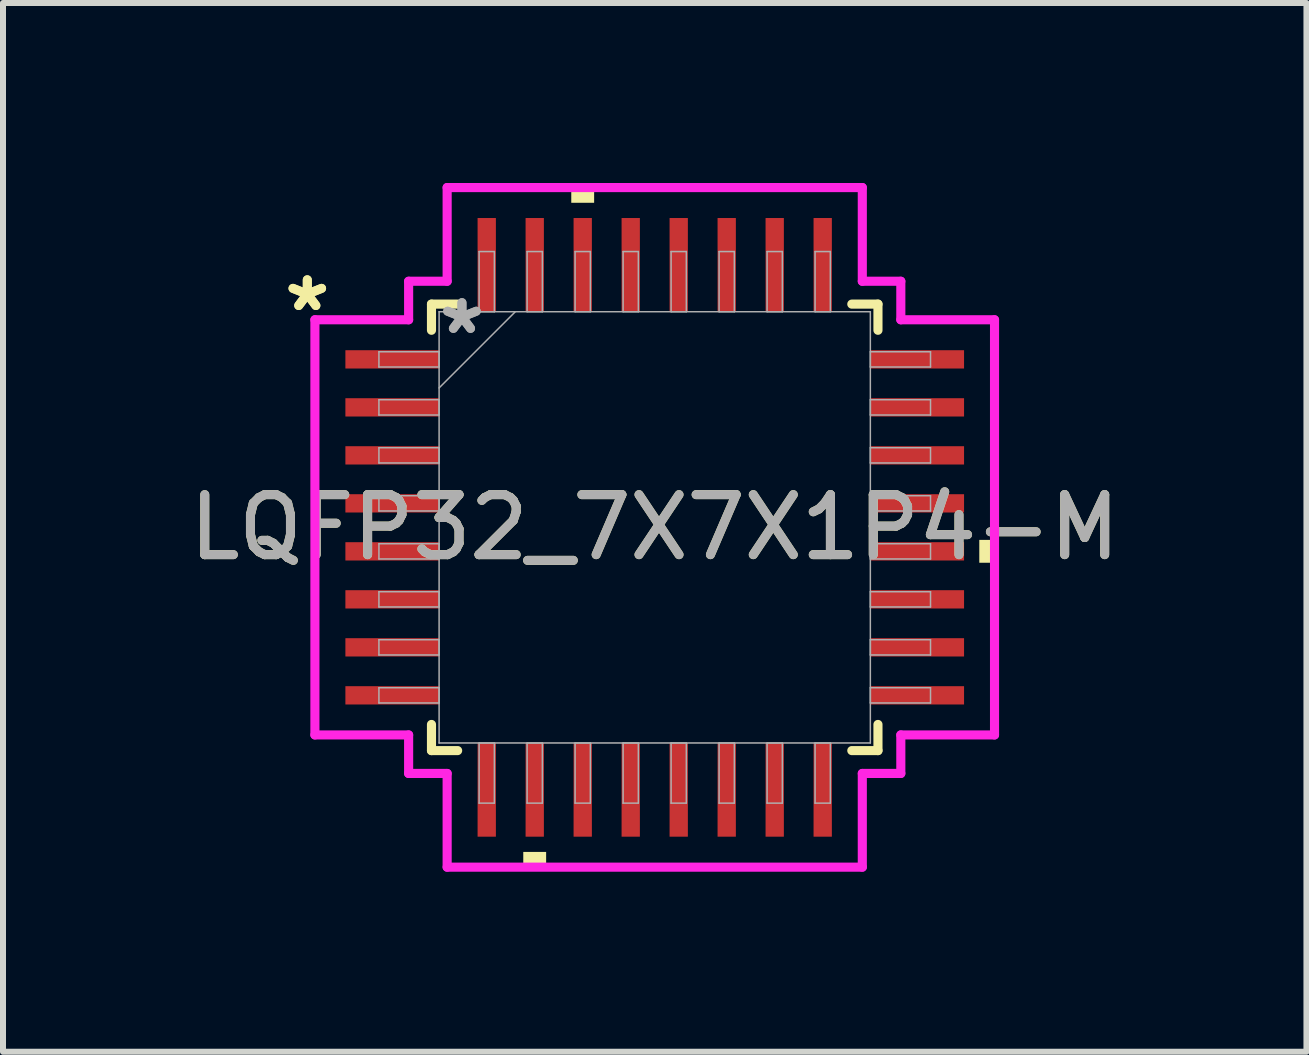
<source format=kicad_pcb>
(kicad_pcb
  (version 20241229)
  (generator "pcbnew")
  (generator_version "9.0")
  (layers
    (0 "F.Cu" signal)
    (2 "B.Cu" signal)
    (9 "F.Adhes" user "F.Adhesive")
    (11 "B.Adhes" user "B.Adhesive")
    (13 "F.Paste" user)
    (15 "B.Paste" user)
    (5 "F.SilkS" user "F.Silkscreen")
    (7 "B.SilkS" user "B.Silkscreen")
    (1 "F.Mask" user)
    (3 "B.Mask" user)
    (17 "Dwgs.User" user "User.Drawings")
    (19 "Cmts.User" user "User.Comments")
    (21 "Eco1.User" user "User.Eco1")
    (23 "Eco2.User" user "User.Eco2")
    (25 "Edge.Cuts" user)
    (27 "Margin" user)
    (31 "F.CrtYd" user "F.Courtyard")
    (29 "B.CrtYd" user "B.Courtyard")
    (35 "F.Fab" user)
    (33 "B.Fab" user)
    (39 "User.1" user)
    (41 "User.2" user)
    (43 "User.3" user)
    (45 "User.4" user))
  (footprint "LQFP32_7X7X1P4-M"
    (layer "F.Cu")
    (at 7.863 5.74)
    (property "Reference" "LQFP32_7X7X1P4-M" (at 0 0 0) (unlocked yes) (layer "F.SilkS") (effects (font (size 1 1) (thickness 0.15))))
    (attr smd)
    (fp_line (start -3.721 -3.721) (end -3.721 -3.285) (stroke (width 0.152) (type solid)) (layer "F.SilkS"))
    (fp_line (start -3.721 3.285) (end -3.721 3.721) (stroke (width 0.152) (type solid)) (layer "F.SilkS"))
    (fp_line (start -3.721 3.721) (end -3.285 3.721) (stroke (width 0.152) (type solid)) (layer "F.SilkS"))
    (fp_line (start -3.285 -3.721) (end -3.721 -3.721) (stroke (width 0.152) (type solid)) (layer "F.SilkS"))
    (fp_line (start 3.285 3.721) (end 3.721 3.721) (stroke (width 0.152) (type solid)) (layer "F.SilkS"))
    (fp_line (start 3.721 -3.721) (end 3.285 -3.721) (stroke (width 0.152) (type solid)) (layer "F.SilkS"))
    (fp_line (start 3.721 -3.285) (end 3.721 -3.721) (stroke (width 0.152) (type solid)) (layer "F.SilkS"))
    (fp_line (start 3.721 3.721) (end 3.721 3.285) (stroke (width 0.152) (type solid)) (layer "F.SilkS"))
    (fp_poly (pts (xy -2.191 5.41) (xy -2.191 5.664) (xy -1.81 5.664) (xy -1.81 5.41)) (stroke (width 0) (type solid)) (fill yes) (layer "F.SilkS"))
    (fp_poly (pts (xy -1.391 -5.41) (xy -1.391 -5.664) (xy -1.01 -5.664) (xy -1.01 -5.41)) (stroke (width 0) (type solid)) (fill yes) (layer "F.SilkS"))
    (fp_poly (pts (xy 5.664 0.209) (xy 5.664 0.59) (xy 5.41 0.59) (xy 5.41 0.209)) (stroke (width 0) (type solid)) (fill yes) (layer "F.SilkS"))
    (fp_line (start -5.664 -3.46) (end -4.102 -3.46) (stroke (width 0.152) (type solid)) (layer "F.CrtYd"))
    (fp_line (start -5.664 3.46) (end -5.664 -3.46) (stroke (width 0.152) (type solid)) (layer "F.CrtYd"))
    (fp_line (start -4.102 -4.102) (end -3.46 -4.102) (stroke (width 0.152) (type solid)) (layer "F.CrtYd"))
    (fp_line (start -4.102 -3.46) (end -4.102 -4.102) (stroke (width 0.152) (type solid)) (layer "F.CrtYd"))
    (fp_line (start -4.102 3.46) (end -5.664 3.46) (stroke (width 0.152) (type solid)) (layer "F.CrtYd"))
    (fp_line (start -4.102 4.102) (end -4.102 3.46) (stroke (width 0.152) (type solid)) (layer "F.CrtYd"))
    (fp_line (start -4.102 4.102) (end -3.46 4.102) (stroke (width 0.152) (type solid)) (layer "F.CrtYd"))
    (fp_line (start -3.46 -5.664) (end 3.46 -5.664) (stroke (width 0.152) (type solid)) (layer "F.CrtYd"))
    (fp_line (start -3.46 -4.102) (end -3.46 -5.664) (stroke (width 0.152) (type solid)) (layer "F.CrtYd"))
    (fp_line (start -3.46 4.102) (end -3.46 5.664) (stroke (width 0.152) (type solid)) (layer "F.CrtYd"))
    (fp_line (start -3.46 5.664) (end 3.46 5.664) (stroke (width 0.152) (type solid)) (layer "F.CrtYd"))
    (fp_line (start 3.46 -5.664) (end 3.46 -4.102) (stroke (width 0.152) (type solid)) (layer "F.CrtYd"))
    (fp_line (start 3.46 -4.102) (end 4.102 -4.102) (stroke (width 0.152) (type solid)) (layer "F.CrtYd"))
    (fp_line (start 3.46 4.102) (end 4.102 4.102) (stroke (width 0.152) (type solid)) (layer "F.CrtYd"))
    (fp_line (start 3.46 5.664) (end 3.46 4.102) (stroke (width 0.152) (type solid)) (layer "F.CrtYd"))
    (fp_line (start 4.102 -3.46) (end 4.102 -4.102) (stroke (width 0.152) (type solid)) (layer "F.CrtYd"))
    (fp_line (start 4.102 3.46) (end 5.664 3.46) (stroke (width 0.152) (type solid)) (layer "F.CrtYd"))
    (fp_line (start 4.102 4.102) (end 4.102 3.46) (stroke (width 0.152) (type solid)) (layer "F.CrtYd"))
    (fp_line (start 5.664 -3.46) (end 4.102 -3.46) (stroke (width 0.152) (type solid)) (layer "F.CrtYd"))
    (fp_line (start 5.664 3.46) (end 5.664 -3.46) (stroke (width 0.152) (type solid)) (layer "F.CrtYd"))
    (fp_line (start -4.597 -2.927) (end -4.597 -2.673) (stroke (width 0.025) (type solid)) (layer "F.Fab"))
    (fp_line (start -4.597 -2.673) (end -3.594 -2.673) (stroke (width 0.025) (type solid)) (layer "F.Fab"))
    (fp_line (start -4.597 -2.127) (end -4.597 -1.873) (stroke (width 0.025) (type solid)) (layer "F.Fab"))
    (fp_line (start -4.597 -1.873) (end -3.594 -1.873) (stroke (width 0.025) (type solid)) (layer "F.Fab"))
    (fp_line (start -4.597 -1.327) (end -4.597 -1.073) (stroke (width 0.025) (type solid)) (layer "F.Fab"))
    (fp_line (start -4.597 -1.073) (end -3.594 -1.073) (stroke (width 0.025) (type solid)) (layer "F.Fab"))
    (fp_line (start -4.597 -0.527) (end -4.597 -0.273) (stroke (width 0.025) (type solid)) (layer "F.Fab"))
    (fp_line (start -4.597 -0.273) (end -3.594 -0.273) (stroke (width 0.025) (type solid)) (layer "F.Fab"))
    (fp_line (start -4.597 0.273) (end -4.597 0.527) (stroke (width 0.025) (type solid)) (layer "F.Fab"))
    (fp_line (start -4.597 0.527) (end -3.594 0.527) (stroke (width 0.025) (type solid)) (layer "F.Fab"))
    (fp_line (start -4.597 1.073) (end -4.597 1.327) (stroke (width 0.025) (type solid)) (layer "F.Fab"))
    (fp_line (start -4.597 1.327) (end -3.594 1.327) (stroke (width 0.025) (type solid)) (layer "F.Fab"))
    (fp_line (start -4.597 1.873) (end -4.597 2.127) (stroke (width 0.025) (type solid)) (layer "F.Fab"))
    (fp_line (start -4.597 2.127) (end -3.594 2.127) (stroke (width 0.025) (type solid)) (layer "F.Fab"))
    (fp_line (start -4.597 2.673) (end -4.597 2.927) (stroke (width 0.025) (type solid)) (layer "F.Fab"))
    (fp_line (start -4.597 2.927) (end -3.594 2.927) (stroke (width 0.025) (type solid)) (layer "F.Fab"))
    (fp_line (start -3.594 -3.594) (end -3.594 3.594) (stroke (width 0.025) (type solid)) (layer "F.Fab"))
    (fp_line (start -3.594 -2.927) (end -4.597 -2.927) (stroke (width 0.025) (type solid)) (layer "F.Fab"))
    (fp_line (start -3.594 -2.673) (end -3.594 -2.927) (stroke (width 0.025) (type solid)) (layer "F.Fab"))
    (fp_line (start -3.594 -2.324) (end -2.324 -3.594) (stroke (width 0.025) (type solid)) (layer "F.Fab"))
    (fp_line (start -3.594 -2.127) (end -4.597 -2.127) (stroke (width 0.025) (type solid)) (layer "F.Fab"))
    (fp_line (start -3.594 -1.873) (end -3.594 -2.127) (stroke (width 0.025) (type solid)) (layer "F.Fab"))
    (fp_line (start -3.594 -1.327) (end -4.597 -1.327) (stroke (width 0.025) (type solid)) (layer "F.Fab"))
    (fp_line (start -3.594 -1.073) (end -3.594 -1.327) (stroke (width 0.025) (type solid)) (layer "F.Fab"))
    (fp_line (start -3.594 -0.527) (end -4.597 -0.527) (stroke (width 0.025) (type solid)) (layer "F.Fab"))
    (fp_line (start -3.594 -0.273) (end -3.594 -0.527) (stroke (width 0.025) (type solid)) (layer "F.Fab"))
    (fp_line (start -3.594 0.273) (end -4.597 0.273) (stroke (width 0.025) (type solid)) (layer "F.Fab"))
    (fp_line (start -3.594 0.527) (end -3.594 0.273) (stroke (width 0.025) (type solid)) (layer "F.Fab"))
    (fp_line (start -3.594 1.073) (end -4.597 1.073) (stroke (width 0.025) (type solid)) (layer "F.Fab"))
    (fp_line (start -3.594 1.327) (end -3.594 1.073) (stroke (width 0.025) (type solid)) (layer "F.Fab"))
    (fp_line (start -3.594 1.873) (end -4.597 1.873) (stroke (width 0.025) (type solid)) (layer "F.Fab"))
    (fp_line (start -3.594 2.127) (end -3.594 1.873) (stroke (width 0.025) (type solid)) (layer "F.Fab"))
    (fp_line (start -3.594 2.673) (end -4.597 2.673) (stroke (width 0.025) (type solid)) (layer "F.Fab"))
    (fp_line (start -3.594 2.927) (end -3.594 2.673) (stroke (width 0.025) (type solid)) (layer "F.Fab"))
    (fp_line (start -3.594 3.594) (end 3.594 3.594) (stroke (width 0.025) (type solid)) (layer "F.Fab"))
    (fp_line (start -2.927 -4.597) (end -2.927 -3.594) (stroke (width 0.025) (type solid)) (layer "F.Fab"))
    (fp_line (start -2.927 -3.594) (end -2.673 -3.594) (stroke (width 0.025) (type solid)) (layer "F.Fab"))
    (fp_line (start -2.927 3.594) (end -2.927 4.597) (stroke (width 0.025) (type solid)) (layer "F.Fab"))
    (fp_line (start -2.927 4.597) (end -2.673 4.597) (stroke (width 0.025) (type solid)) (layer "F.Fab"))
    (fp_line (start -2.673 -4.597) (end -2.927 -4.597) (stroke (width 0.025) (type solid)) (layer "F.Fab"))
    (fp_line (start -2.673 -3.594) (end -2.673 -4.597) (stroke (width 0.025) (type solid)) (layer "F.Fab"))
    (fp_line (start -2.673 3.594) (end -2.927 3.594) (stroke (width 0.025) (type solid)) (layer "F.Fab"))
    (fp_line (start -2.673 4.597) (end -2.673 3.594) (stroke (width 0.025) (type solid)) (layer "F.Fab"))
    (fp_line (start -2.127 -4.597) (end -2.127 -3.594) (stroke (width 0.025) (type solid)) (layer "F.Fab"))
    (fp_line (start -2.127 -3.594) (end -1.873 -3.594) (stroke (width 0.025) (type solid)) (layer "F.Fab"))
    (fp_line (start -2.127 3.594) (end -2.127 4.597) (stroke (width 0.025) (type solid)) (layer "F.Fab"))
    (fp_line (start -2.127 4.597) (end -1.873 4.597) (stroke (width 0.025) (type solid)) (layer "F.Fab"))
    (fp_line (start -1.873 -4.597) (end -2.127 -4.597) (stroke (width 0.025) (type solid)) (layer "F.Fab"))
    (fp_line (start -1.873 -3.594) (end -1.873 -4.597) (stroke (width 0.025) (type solid)) (layer "F.Fab"))
    (fp_line (start -1.873 3.594) (end -2.127 3.594) (stroke (width 0.025) (type solid)) (layer "F.Fab"))
    (fp_line (start -1.873 4.597) (end -1.873 3.594) (stroke (width 0.025) (type solid)) (layer "F.Fab"))
    (fp_line (start -1.327 -4.597) (end -1.327 -3.594) (stroke (width 0.025) (type solid)) (layer "F.Fab"))
    (fp_line (start -1.327 -3.594) (end -1.073 -3.594) (stroke (width 0.025) (type solid)) (layer "F.Fab"))
    (fp_line (start -1.327 3.594) (end -1.327 4.597) (stroke (width 0.025) (type solid)) (layer "F.Fab"))
    (fp_line (start -1.327 4.597) (end -1.073 4.597) (stroke (width 0.025) (type solid)) (layer "F.Fab"))
    (fp_line (start -1.073 -4.597) (end -1.327 -4.597) (stroke (width 0.025) (type solid)) (layer "F.Fab"))
    (fp_line (start -1.073 -3.594) (end -1.073 -4.597) (stroke (width 0.025) (type solid)) (layer "F.Fab"))
    (fp_line (start -1.073 3.594) (end -1.327 3.594) (stroke (width 0.025) (type solid)) (layer "F.Fab"))
    (fp_line (start -1.073 4.597) (end -1.073 3.594) (stroke (width 0.025) (type solid)) (layer "F.Fab"))
    (fp_line (start -0.527 -4.597) (end -0.527 -3.594) (stroke (width 0.025) (type solid)) (layer "F.Fab"))
    (fp_line (start -0.527 -3.594) (end -0.273 -3.594) (stroke (width 0.025) (type solid)) (layer "F.Fab"))
    (fp_line (start -0.527 3.594) (end -0.527 4.597) (stroke (width 0.025) (type solid)) (layer "F.Fab"))
    (fp_line (start -0.527 4.597) (end -0.273 4.597) (stroke (width 0.025) (type solid)) (layer "F.Fab"))
    (fp_line (start -0.273 -4.597) (end -0.527 -4.597) (stroke (width 0.025) (type solid)) (layer "F.Fab"))
    (fp_line (start -0.273 -3.594) (end -0.273 -4.597) (stroke (width 0.025) (type solid)) (layer "F.Fab"))
    (fp_line (start -0.273 3.594) (end -0.527 3.594) (stroke (width 0.025) (type solid)) (layer "F.Fab"))
    (fp_line (start -0.273 4.597) (end -0.273 3.594) (stroke (width 0.025) (type solid)) (layer "F.Fab"))
    (fp_line (start 0.273 -4.597) (end 0.273 -3.594) (stroke (width 0.025) (type solid)) (layer "F.Fab"))
    (fp_line (start 0.273 -3.594) (end 0.527 -3.594) (stroke (width 0.025) (type solid)) (layer "F.Fab"))
    (fp_line (start 0.273 3.594) (end 0.273 4.597) (stroke (width 0.025) (type solid)) (layer "F.Fab"))
    (fp_line (start 0.273 4.597) (end 0.527 4.597) (stroke (width 0.025) (type solid)) (layer "F.Fab"))
    (fp_line (start 0.527 -4.597) (end 0.273 -4.597) (stroke (width 0.025) (type solid)) (layer "F.Fab"))
    (fp_line (start 0.527 -3.594) (end 0.527 -4.597) (stroke (width 0.025) (type solid)) (layer "F.Fab"))
    (fp_line (start 0.527 3.594) (end 0.273 3.594) (stroke (width 0.025) (type solid)) (layer "F.Fab"))
    (fp_line (start 0.527 4.597) (end 0.527 3.594) (stroke (width 0.025) (type solid)) (layer "F.Fab"))
    (fp_line (start 1.073 -4.597) (end 1.073 -3.594) (stroke (width 0.025) (type solid)) (layer "F.Fab"))
    (fp_line (start 1.073 -3.594) (end 1.327 -3.594) (stroke (width 0.025) (type solid)) (layer "F.Fab"))
    (fp_line (start 1.073 3.594) (end 1.073 4.597) (stroke (width 0.025) (type solid)) (layer "F.Fab"))
    (fp_line (start 1.073 4.597) (end 1.327 4.597) (stroke (width 0.025) (type solid)) (layer "F.Fab"))
    (fp_line (start 1.327 -4.597) (end 1.073 -4.597) (stroke (width 0.025) (type solid)) (layer "F.Fab"))
    (fp_line (start 1.327 -3.594) (end 1.327 -4.597) (stroke (width 0.025) (type solid)) (layer "F.Fab"))
    (fp_line (start 1.327 3.594) (end 1.073 3.594) (stroke (width 0.025) (type solid)) (layer "F.Fab"))
    (fp_line (start 1.327 4.597) (end 1.327 3.594) (stroke (width 0.025) (type solid)) (layer "F.Fab"))
    (fp_line (start 1.873 -4.597) (end 1.873 -3.594) (stroke (width 0.025) (type solid)) (layer "F.Fab"))
    (fp_line (start 1.873 -3.594) (end 2.127 -3.594) (stroke (width 0.025) (type solid)) (layer "F.Fab"))
    (fp_line (start 1.873 3.594) (end 1.873 4.597) (stroke (width 0.025) (type solid)) (layer "F.Fab"))
    (fp_line (start 1.873 4.597) (end 2.127 4.597) (stroke (width 0.025) (type solid)) (layer "F.Fab"))
    (fp_line (start 2.127 -4.597) (end 1.873 -4.597) (stroke (width 0.025) (type solid)) (layer "F.Fab"))
    (fp_line (start 2.127 -3.594) (end 2.127 -4.597) (stroke (width 0.025) (type solid)) (layer "F.Fab"))
    (fp_line (start 2.127 3.594) (end 1.873 3.594) (stroke (width 0.025) (type solid)) (layer "F.Fab"))
    (fp_line (start 2.127 4.597) (end 2.127 3.594) (stroke (width 0.025) (type solid)) (layer "F.Fab"))
    (fp_line (start 2.673 -4.597) (end 2.673 -3.594) (stroke (width 0.025) (type solid)) (layer "F.Fab"))
    (fp_line (start 2.673 -3.594) (end 2.927 -3.594) (stroke (width 0.025) (type solid)) (layer "F.Fab"))
    (fp_line (start 2.673 3.594) (end 2.673 4.597) (stroke (width 0.025) (type solid)) (layer "F.Fab"))
    (fp_line (start 2.673 4.597) (end 2.927 4.597) (stroke (width 0.025) (type solid)) (layer "F.Fab"))
    (fp_line (start 2.927 -4.597) (end 2.673 -4.597) (stroke (width 0.025) (type solid)) (layer "F.Fab"))
    (fp_line (start 2.927 -3.594) (end 2.927 -4.597) (stroke (width 0.025) (type solid)) (layer "F.Fab"))
    (fp_line (start 2.927 3.594) (end 2.673 3.594) (stroke (width 0.025) (type solid)) (layer "F.Fab"))
    (fp_line (start 2.927 4.597) (end 2.927 3.594) (stroke (width 0.025) (type solid)) (layer "F.Fab"))
    (fp_line (start 3.594 -3.594) (end -3.594 -3.594) (stroke (width 0.025) (type solid)) (layer "F.Fab"))
    (fp_line (start 3.594 -2.927) (end 3.594 -2.673) (stroke (width 0.025) (type solid)) (layer "F.Fab"))
    (fp_line (start 3.594 -2.673) (end 4.597 -2.673) (stroke (width 0.025) (type solid)) (layer "F.Fab"))
    (fp_line (start 3.594 -2.127) (end 3.594 -1.873) (stroke (width 0.025) (type solid)) (layer "F.Fab"))
    (fp_line (start 3.594 -1.873) (end 4.597 -1.873) (stroke (width 0.025) (type solid)) (layer "F.Fab"))
    (fp_line (start 3.594 -1.327) (end 3.594 -1.073) (stroke (width 0.025) (type solid)) (layer "F.Fab"))
    (fp_line (start 3.594 -1.073) (end 4.597 -1.073) (stroke (width 0.025) (type solid)) (layer "F.Fab"))
    (fp_line (start 3.594 -0.527) (end 3.594 -0.273) (stroke (width 0.025) (type solid)) (layer "F.Fab"))
    (fp_line (start 3.594 -0.273) (end 4.597 -0.273) (stroke (width 0.025) (type solid)) (layer "F.Fab"))
    (fp_line (start 3.594 0.273) (end 3.594 0.527) (stroke (width 0.025) (type solid)) (layer "F.Fab"))
    (fp_line (start 3.594 0.527) (end 4.597 0.527) (stroke (width 0.025) (type solid)) (layer "F.Fab"))
    (fp_line (start 3.594 1.073) (end 3.594 1.327) (stroke (width 0.025) (type solid)) (layer "F.Fab"))
    (fp_line (start 3.594 1.327) (end 4.597 1.327) (stroke (width 0.025) (type solid)) (layer "F.Fab"))
    (fp_line (start 3.594 1.873) (end 3.594 2.127) (stroke (width 0.025) (type solid)) (layer "F.Fab"))
    (fp_line (start 3.594 2.127) (end 4.597 2.127) (stroke (width 0.025) (type solid)) (layer "F.Fab"))
    (fp_line (start 3.594 2.673) (end 3.594 2.927) (stroke (width 0.025) (type solid)) (layer "F.Fab"))
    (fp_line (start 3.594 2.927) (end 4.597 2.927) (stroke (width 0.025) (type solid)) (layer "F.Fab"))
    (fp_line (start 3.594 3.594) (end 3.594 -3.594) (stroke (width 0.025) (type solid)) (layer "F.Fab"))
    (fp_line (start 4.597 -2.927) (end 3.594 -2.927) (stroke (width 0.025) (type solid)) (layer "F.Fab"))
    (fp_line (start 4.597 -2.673) (end 4.597 -2.927) (stroke (width 0.025) (type solid)) (layer "F.Fab"))
    (fp_line (start 4.597 -2.127) (end 3.594 -2.127) (stroke (width 0.025) (type solid)) (layer "F.Fab"))
    (fp_line (start 4.597 -1.873) (end 4.597 -2.127) (stroke (width 0.025) (type solid)) (layer "F.Fab"))
    (fp_line (start 4.597 -1.327) (end 3.594 -1.327) (stroke (width 0.025) (type solid)) (layer "F.Fab"))
    (fp_line (start 4.597 -1.073) (end 4.597 -1.327) (stroke (width 0.025) (type solid)) (layer "F.Fab"))
    (fp_line (start 4.597 -0.527) (end 3.594 -0.527) (stroke (width 0.025) (type solid)) (layer "F.Fab"))
    (fp_line (start 4.597 -0.273) (end 4.597 -0.527) (stroke (width 0.025) (type solid)) (layer "F.Fab"))
    (fp_line (start 4.597 0.273) (end 3.594 0.273) (stroke (width 0.025) (type solid)) (layer "F.Fab"))
    (fp_line (start 4.597 0.527) (end 4.597 0.273) (stroke (width 0.025) (type solid)) (layer "F.Fab"))
    (fp_line (start 4.597 1.073) (end 3.594 1.073) (stroke (width 0.025) (type solid)) (layer "F.Fab"))
    (fp_line (start 4.597 1.327) (end 4.597 1.073) (stroke (width 0.025) (type solid)) (layer "F.Fab"))
    (fp_line (start 4.597 1.873) (end 3.594 1.873) (stroke (width 0.025) (type solid)) (layer "F.Fab"))
    (fp_line (start 4.597 2.127) (end 4.597 1.873) (stroke (width 0.025) (type solid)) (layer "F.Fab"))
    (fp_line (start 4.597 2.673) (end 3.594 2.673) (stroke (width 0.025) (type solid)) (layer "F.Fab"))
    (fp_line (start 4.597 2.927) (end 4.597 2.673) (stroke (width 0.025) (type solid)) (layer "F.Fab"))
    (fp_text user "*" (at -5.791 -3.581 0) (layer "F.SilkS") (effects (font (size 1 1) (thickness 0.15))))
    (fp_text user "*" (at -5.791 -3.581 0) (unlocked yes) (layer "F.SilkS") (effects (font (size 1 1) (thickness 0.15))))
    (fp_text user "${REFERENCE}" (at 0 0 0) (unlocked yes) (layer "F.Fab") (effects (font (size 1 1) (thickness 0.15))))
    (fp_text user "*" (at -3.213 -3.2 0) (unlocked yes) (layer "F.Fab") (effects (font (size 1 1) (thickness 0.15))))
    (fp_text user "*" (at -3.213 -3.2 0) (layer "F.Fab") (effects (font (size 1 1) (thickness 0.15))))
    (pad "1" smd rect (at -4.375 -2.8 90) (size 0.305 1.562) (layers "F.Cu" "F.Mask" "F.Paste"))
    (pad "2" smd rect (at -4.375 -2 90) (size 0.305 1.562) (layers "F.Cu" "F.Mask" "F.Paste"))
    (pad "3" smd rect (at -4.375 -1.2 90) (size 0.305 1.562) (layers "F.Cu" "F.Mask" "F.Paste"))
    (pad "4" smd rect (at -4.375 -0.4 90) (size 0.305 1.562) (layers "F.Cu" "F.Mask" "F.Paste"))
    (pad "5" smd rect (at -4.375 0.4 90) (size 0.305 1.562) (layers "F.Cu" "F.Mask" "F.Paste"))
    (pad "6" smd rect (at -4.375 1.2 90) (size 0.305 1.562) (layers "F.Cu" "F.Mask" "F.Paste"))
    (pad "7" smd rect (at -4.375 2 90) (size 0.305 1.562) (layers "F.Cu" "F.Mask" "F.Paste"))
    (pad "8" smd rect (at -4.375 2.8 90) (size 0.305 1.562) (layers "F.Cu" "F.Mask" "F.Paste"))
    (pad "9" smd rect (at -2.8 4.375) (size 0.305 1.562) (layers "F.Cu" "F.Mask" "F.Paste"))
    (pad "10" smd rect (at -2 4.375) (size 0.305 1.562) (layers "F.Cu" "F.Mask" "F.Paste"))
    (pad "11" smd rect (at -1.2 4.375) (size 0.305 1.562) (layers "F.Cu" "F.Mask" "F.Paste"))
    (pad "12" smd rect (at -0.4 4.375) (size 0.305 1.562) (layers "F.Cu" "F.Mask" "F.Paste"))
    (pad "13" smd rect (at 0.4 4.375) (size 0.305 1.562) (layers "F.Cu" "F.Mask" "F.Paste"))
    (pad "14" smd rect (at 1.2 4.375) (size 0.305 1.562) (layers "F.Cu" "F.Mask" "F.Paste"))
    (pad "15" smd rect (at 2 4.375) (size 0.305 1.562) (layers "F.Cu" "F.Mask" "F.Paste"))
    (pad "16" smd rect (at 2.8 4.375) (size 0.305 1.562) (layers "F.Cu" "F.Mask" "F.Paste"))
    (pad "17" smd rect (at 4.375 2.8 90) (size 0.305 1.562) (layers "F.Cu" "F.Mask" "F.Paste"))
    (pad "18" smd rect (at 4.375 2 90) (size 0.305 1.562) (layers "F.Cu" "F.Mask" "F.Paste"))
    (pad "19" smd rect (at 4.375 1.2 90) (size 0.305 1.562) (layers "F.Cu" "F.Mask" "F.Paste"))
    (pad "20" smd rect (at 4.375 0.4 90) (size 0.305 1.562) (layers "F.Cu" "F.Mask" "F.Paste"))
    (pad "21" smd rect (at 4.375 -0.4 90) (size 0.305 1.562) (layers "F.Cu" "F.Mask" "F.Paste"))
    (pad "22" smd rect (at 4.375 -1.2 90) (size 0.305 1.562) (layers "F.Cu" "F.Mask" "F.Paste"))
    (pad "23" smd rect (at 4.375 -2 90) (size 0.305 1.562) (layers "F.Cu" "F.Mask" "F.Paste"))
    (pad "24" smd rect (at 4.375 -2.8 90) (size 0.305 1.562) (layers "F.Cu" "F.Mask" "F.Paste"))
    (pad "25" smd rect (at 2.8 -4.375) (size 0.305 1.562) (layers "F.Cu" "F.Mask" "F.Paste"))
    (pad "26" smd rect (at 2 -4.375) (size 0.305 1.562) (layers "F.Cu" "F.Mask" "F.Paste"))
    (pad "27" smd rect (at 1.2 -4.375) (size 0.305 1.562) (layers "F.Cu" "F.Mask" "F.Paste"))
    (pad "28" smd rect (at 0.4 -4.375) (size 0.305 1.562) (layers "F.Cu" "F.Mask" "F.Paste"))
    (pad "29" smd rect (at -0.4 -4.375) (size 0.305 1.562) (layers "F.Cu" "F.Mask" "F.Paste"))
    (pad "30" smd rect (at -1.2 -4.375) (size 0.305 1.562) (layers "F.Cu" "F.Mask" "F.Paste"))
    (pad "31" smd rect (at -2 -4.375) (size 0.305 1.562) (layers "F.Cu" "F.Mask" "F.Paste"))
    (pad "32" smd rect (at -2.8 -4.375) (size 0.305 1.562) (layers "F.Cu" "F.Mask" "F.Paste")))
  (gr_rect
    (start -3 -3)
    (end 18.726 14.481)
    (stroke (width 0.1) (type default))
    (fill no)
    (layer "Edge.Cuts")))
</source>
